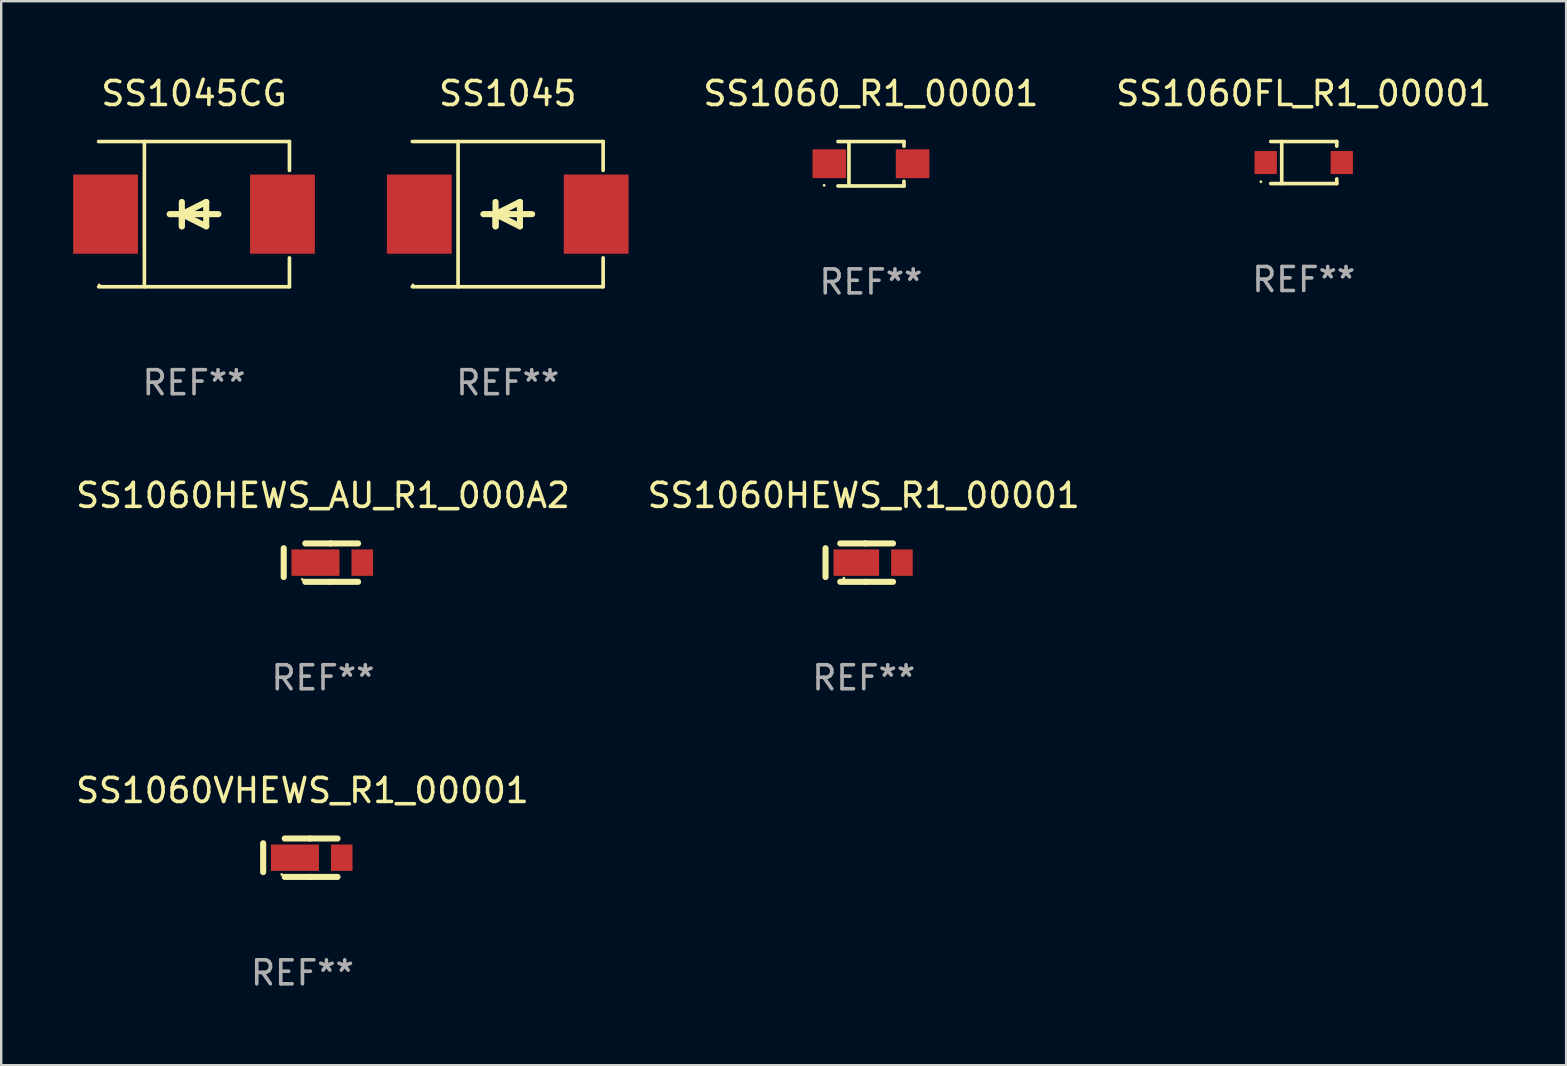
<source format=kicad_pcb>
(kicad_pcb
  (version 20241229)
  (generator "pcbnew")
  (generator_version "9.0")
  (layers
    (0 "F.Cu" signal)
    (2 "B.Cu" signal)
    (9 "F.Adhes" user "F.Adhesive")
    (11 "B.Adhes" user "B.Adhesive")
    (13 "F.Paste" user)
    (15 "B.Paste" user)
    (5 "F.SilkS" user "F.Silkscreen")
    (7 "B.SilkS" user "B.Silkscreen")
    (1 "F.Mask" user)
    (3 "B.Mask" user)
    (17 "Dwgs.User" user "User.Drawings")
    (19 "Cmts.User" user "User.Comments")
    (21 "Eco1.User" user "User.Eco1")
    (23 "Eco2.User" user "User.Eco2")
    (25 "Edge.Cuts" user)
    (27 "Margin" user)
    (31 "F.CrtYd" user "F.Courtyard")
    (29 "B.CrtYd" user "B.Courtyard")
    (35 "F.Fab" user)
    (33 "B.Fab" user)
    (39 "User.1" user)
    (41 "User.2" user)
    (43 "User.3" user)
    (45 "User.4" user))
  (footprint "SS1060FL_R1_00001"
    (layer "F.Cu")
    (at 51.282 3.724)
    (property "Reference" "SS1060FL_R1_00001" (at 0 -2.876 0) (layer "F.SilkS") (effects (font (size 1 1) (thickness 0.15))))
    (attr through_hole)
    (fp_line (start -1.376 -0.876) (end 1.376 -0.876) (stroke (width 0.152) (type solid)) (layer "F.SilkS"))
    (fp_line (start -1.376 0.876) (end 1.376 0.876) (stroke (width 0.152) (type solid)) (layer "F.SilkS"))
    (fp_line (start -0.917 -0.876) (end -0.917 0.876) (stroke (width 0.152) (type solid)) (layer "F.SilkS"))
    (fp_line (start 1.376 -0.876) (end 1.376 -0.683) (stroke (width 0.152) (type solid)) (layer "F.SilkS"))
    (fp_line (start 1.376 0.876) (end 1.376 0.683) (stroke (width 0.152) (type solid)) (layer "F.SilkS"))
    (fp_circle (center -1.785 0.8) (end -1.755 0.8) (stroke (width 0.06) (type solid)) (fill no) (layer "F.SilkS"))
    (fp_text user "REF**" (at 0 4.876 0) (layer "F.Fab") (effects (font (size 1 1) (thickness 0.15))))
    (pad "1" smd rect (at -1.585 0 180) (size 0.93 0.96) (layers "F.Cu" "F.Mask" "F.Paste"))
    (pad "2" smd rect (at 1.585 0 180) (size 0.93 0.96) (layers "F.Cu" "F.Mask" "F.Paste")))
  (footprint "SS1045"
    (layer "F.Cu")
    (at 18.109 5.874)
    (property "Reference" "SS1045" (at 0 -5.026 0) (layer "F.SilkS") (effects (font (size 1 1) (thickness 0.15))))
    (attr through_hole)
    (fp_line (start -3.976 -3.026) (end 3.976 -3.026) (stroke (width 0.152) (type solid)) (layer "F.SilkS"))
    (fp_line (start -3.976 3.026) (end 3.976 3.026) (stroke (width 0.152) (type solid)) (layer "F.SilkS"))
    (fp_line (start -2.069 -3.026) (end -2.069 3.026) (stroke (width 0.152) (type solid)) (layer "F.SilkS"))
    (fp_line (start -0.508 0) (end -0.508 0.508) (stroke (width 0.254) (type solid)) (layer "F.SilkS"))
    (fp_line (start -0.508 0) (end 0.508 0.508) (stroke (width 0.254) (type solid)) (layer "F.SilkS"))
    (fp_line (start -0.508 0.508) (end -0.508 -0.508) (stroke (width 0.254) (type solid)) (layer "F.SilkS"))
    (fp_line (start 0.508 -0.508) (end -0.508 0) (stroke (width 0.254) (type solid)) (layer "F.SilkS"))
    (fp_line (start 0.508 0.508) (end 0.508 -0.508) (stroke (width 0.254) (type solid)) (layer "F.SilkS"))
    (fp_line (start 1.016 0) (end -1.016 0) (stroke (width 0.254) (type solid)) (layer "F.SilkS"))
    (fp_line (start 3.976 -3.026) (end 3.976 -1.823) (stroke (width 0.152) (type solid)) (layer "F.SilkS"))
    (fp_line (start 3.976 3.026) (end 3.976 1.823) (stroke (width 0.152) (type solid)) (layer "F.SilkS"))
    (fp_circle (center -3.95 2.95) (end -3.92 2.95) (stroke (width 0.06) (type solid)) (fill no) (layer "F.SilkS"))
    (fp_text user "REF**" (at 0 7.026 0) (layer "F.Fab") (effects (font (size 1 1) (thickness 0.15))))
    (pad "1" smd rect (at -3.686 0) (size 2.7 3.3) (layers "F.Cu" "F.Mask" "F.Paste"))
    (pad "2" smd rect (at 3.686 0) (size 2.7 3.3) (layers "F.Cu" "F.Mask" "F.Paste")))
  (footprint "SS1060_R1_00001"
    (layer "F.Cu")
    (at 33.246 3.774)
    (property "Reference" "SS1060_R1_00001" (at 0 -2.926 0) (layer "F.SilkS") (effects (font (size 1 1) (thickness 0.15))))
    (attr through_hole)
    (fp_line (start -1.376 -0.926) (end 1.376 -0.926) (stroke (width 0.152) (type solid)) (layer "F.SilkS"))
    (fp_line (start -1.376 0.926) (end 1.376 0.926) (stroke (width 0.152) (type solid)) (layer "F.SilkS"))
    (fp_line (start -0.917 -0.876) (end -0.917 0.876) (stroke (width 0.152) (type solid)) (layer "F.SilkS"))
    (fp_line (start 1.376 -0.926) (end 1.376 -0.733) (stroke (width 0.152) (type solid)) (layer "F.SilkS"))
    (fp_line (start 1.376 0.926) (end 1.376 0.733) (stroke (width 0.152) (type solid)) (layer "F.SilkS"))
    (fp_circle (center -1.95 0.9) (end -1.92 0.9) (stroke (width 0.06) (type solid)) (fill no) (layer "F.SilkS"))
    (fp_text user "REF**" (at 0 4.926 0) (layer "F.Fab") (effects (font (size 1 1) (thickness 0.15))))
    (pad "1" smd rect (at -1.735 0) (size 1.4 1.2) (layers "F.Cu" "F.Mask" "F.Paste"))
    (pad "2" smd rect (at 1.735 0) (size 1.4 1.2) (layers "F.Cu" "F.Mask" "F.Paste")))
  (footprint "SS1060HEWS_R1_00001"
    (layer "F.Cu")
    (at 32.946 20.397)
    (property "Reference" "SS1060HEWS_R1_00001" (at 0 -2.8 0) (layer "F.SilkS") (effects (font (size 1 1) (thickness 0.15))))
    (attr through_hole)
    (fp_line (start -1.592 -0.6) (end -1.592 0.6) (stroke (width 0.254) (type solid)) (layer "F.SilkS"))
    (fp_line (start -0.98 -0.8) (end 0.071 -0.8) (stroke (width 0.254) (type solid)) (layer "F.SilkS"))
    (fp_line (start -0.98 0.8) (end 0.071 0.8) (stroke (width 0.254) (type solid)) (layer "F.SilkS"))
    (fp_line (start 0.071 0.8) (end 1.22 0.8) (stroke (width 0.254) (type solid)) (layer "F.SilkS"))
    (fp_line (start 0.071 -0.8) (end 1.22 -0.8) (stroke (width 0.254) (type solid)) (layer "F.SilkS"))
    (fp_circle (center -0.83 0.65) (end -0.8 0.65) (stroke (width 0.06) (type solid)) (fill no) (layer "F.SilkS"))
    (fp_text user "REF**" (at 0 4.8 0) (layer "F.Fab") (effects (font (size 1 1) (thickness 0.15))))
    (pad "1" smd rect (at -0.31 -0.000064) (size 1.9 1.1) (layers "F.Cu" "F.Mask" "F.Paste"))
    (pad "2" smd rect (at 1.592 -0.000064) (size 0.9 1.1) (layers "F.Cu" "F.Mask" "F.Paste")))
  (footprint "SS1060HEWS_AU_R1_000A2"
    (layer "F.Cu")
    (at 10.411 20.397)
    (property "Reference" "SS1060HEWS_AU_R1_000A2" (at 0 -2.8 0) (layer "F.SilkS") (effects (font (size 1 1) (thickness 0.15))))
    (attr through_hole)
    (fp_line (start -1.637 -0.6) (end -1.637 0.6) (stroke (width 0.254) (type solid)) (layer "F.SilkS"))
    (fp_line (start -0.738 -0.8) (end 0.314 -0.8) (stroke (width 0.254) (type solid)) (layer "F.SilkS"))
    (fp_line (start -0.738 0.8) (end 0.314 0.8) (stroke (width 0.254) (type solid)) (layer "F.SilkS"))
    (fp_line (start 0.314 0.8) (end 1.462 0.8) (stroke (width 0.254) (type solid)) (layer "F.SilkS"))
    (fp_line (start 0.314 -0.8) (end 1.462 -0.8) (stroke (width 0.254) (type solid)) (layer "F.SilkS"))
    (fp_circle (center -0.862 0.7) (end -0.832 0.7) (stroke (width 0.06) (type solid)) (fill no) (layer "F.SilkS"))
    (fp_text user "REF**" (at 0 4.8 0) (layer "F.Fab") (effects (font (size 1 1) (thickness 0.15))))
    (pad "1" smd rect (at -0.313 -0.000064) (size 2 1.1) (layers "F.Cu" "F.Mask" "F.Paste"))
    (pad "2" smd rect (at 1.637 -0.000064) (size 0.9 1.1) (layers "F.Cu" "F.Mask" "F.Paste")))
  (footprint "SS1045CG"
    (layer "F.Cu")
    (at 5.036 5.874)
    (property "Reference" "SS1045CG" (at 0 -5.026 0) (layer "F.SilkS") (effects (font (size 1 1) (thickness 0.15))))
    (attr through_hole)
    (fp_line (start -3.976 -3.026) (end 3.976 -3.026) (stroke (width 0.152) (type solid)) (layer "F.SilkS"))
    (fp_line (start -3.976 3.026) (end 3.976 3.026) (stroke (width 0.152) (type solid)) (layer "F.SilkS"))
    (fp_line (start -2.069 -3.026) (end -2.069 3.026) (stroke (width 0.152) (type solid)) (layer "F.SilkS"))
    (fp_line (start -0.508 0) (end -0.508 0.508) (stroke (width 0.254) (type solid)) (layer "F.SilkS"))
    (fp_line (start -0.508 0) (end 0.508 0.508) (stroke (width 0.254) (type solid)) (layer "F.SilkS"))
    (fp_line (start -0.508 0.508) (end -0.508 -0.508) (stroke (width 0.254) (type solid)) (layer "F.SilkS"))
    (fp_line (start 0.508 -0.508) (end -0.508 0) (stroke (width 0.254) (type solid)) (layer "F.SilkS"))
    (fp_line (start 0.508 0.508) (end 0.508 -0.508) (stroke (width 0.254) (type solid)) (layer "F.SilkS"))
    (fp_line (start 1.016 0) (end -1.016 0) (stroke (width 0.254) (type solid)) (layer "F.SilkS"))
    (fp_line (start 3.976 -3.026) (end 3.976 -1.823) (stroke (width 0.152) (type solid)) (layer "F.SilkS"))
    (fp_line (start 3.976 3.026) (end 3.976 1.823) (stroke (width 0.152) (type solid)) (layer "F.SilkS"))
    (fp_circle (center -3.95 2.95) (end -3.92 2.95) (stroke (width 0.06) (type solid)) (fill no) (layer "F.SilkS"))
    (fp_text user "REF**" (at 0 7.026 0) (layer "F.Fab") (effects (font (size 1 1) (thickness 0.15))))
    (pad "1" smd rect (at -3.686 0) (size 2.7 3.3) (layers "F.Cu" "F.Mask" "F.Paste"))
    (pad "2" smd rect (at 3.686 0) (size 2.7 3.3) (layers "F.Cu" "F.Mask" "F.Paste")))
  (footprint "SS1060VHEWS_R1_00001"
    (layer "F.Cu")
    (at 9.554 32.694)
    (property "Reference" "SS1060VHEWS_R1_00001" (at 0 -2.8 0) (layer "F.SilkS") (effects (font (size 1 1) (thickness 0.15))))
    (attr through_hole)
    (fp_line (start -1.637 -0.6) (end -1.637 0.6) (stroke (width 0.254) (type solid)) (layer "F.SilkS"))
    (fp_line (start -0.738 -0.8) (end 0.314 -0.8) (stroke (width 0.254) (type solid)) (layer "F.SilkS"))
    (fp_line (start -0.738 0.8) (end 0.314 0.8) (stroke (width 0.254) (type solid)) (layer "F.SilkS"))
    (fp_line (start 0.314 0.8) (end 1.462 0.8) (stroke (width 0.254) (type solid)) (layer "F.SilkS"))
    (fp_line (start 0.314 -0.8) (end 1.462 -0.8) (stroke (width 0.254) (type solid)) (layer "F.SilkS"))
    (fp_circle (center -0.862 0.7) (end -0.832 0.7) (stroke (width 0.06) (type solid)) (fill no) (layer "F.SilkS"))
    (fp_text user "REF**" (at 0 4.8 0) (layer "F.Fab") (effects (font (size 1 1) (thickness 0.15))))
    (pad "1" smd rect (at -0.313 -0.000064) (size 2 1.1) (layers "F.Cu" "F.Mask" "F.Paste"))
    (pad "2" smd rect (at 1.637 -0.000064) (size 0.9 1.1) (layers "F.Cu" "F.Mask" "F.Paste")))
  (gr_rect
    (start -3 -3)
    (end 62.217 41.342)
    (stroke (width 0.1) (type default))
    (fill no)
    (layer "Edge.Cuts")))
</source>
